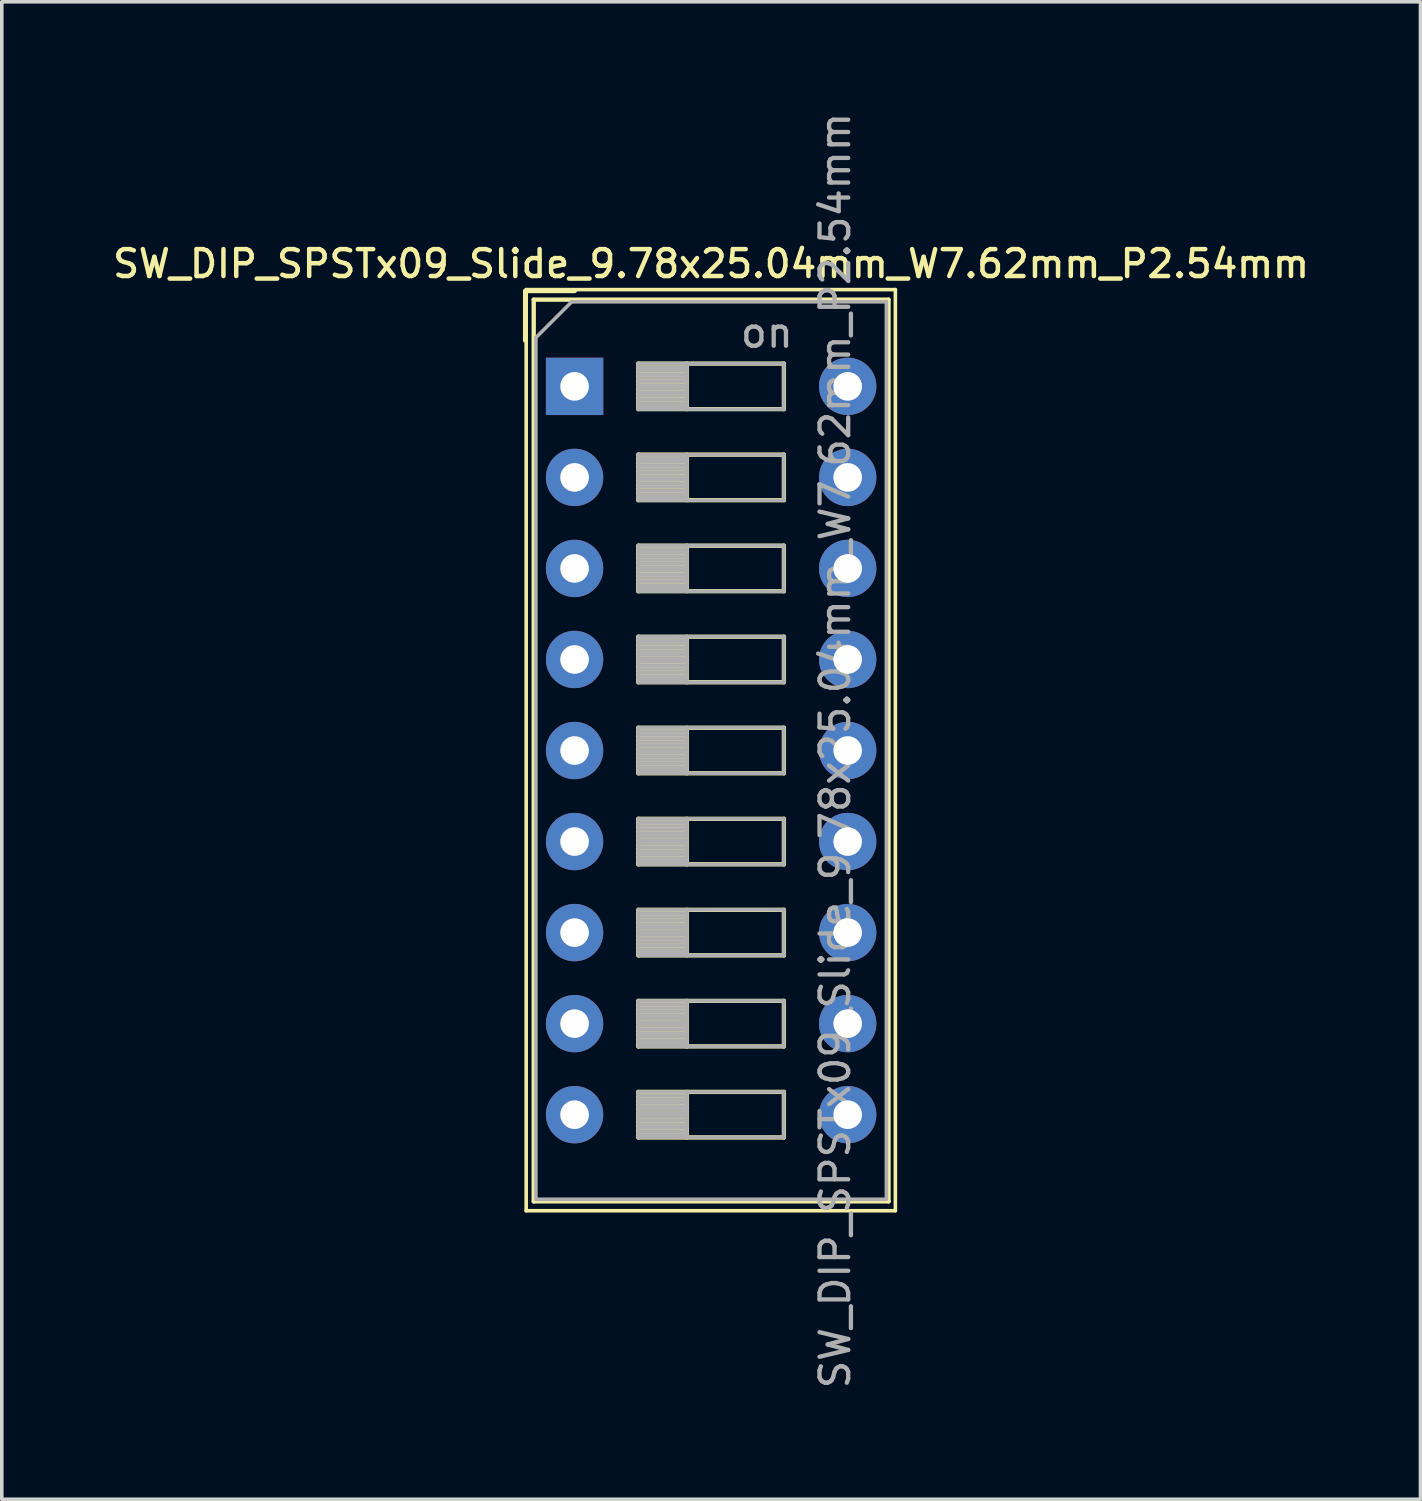
<source format=kicad_pcb>
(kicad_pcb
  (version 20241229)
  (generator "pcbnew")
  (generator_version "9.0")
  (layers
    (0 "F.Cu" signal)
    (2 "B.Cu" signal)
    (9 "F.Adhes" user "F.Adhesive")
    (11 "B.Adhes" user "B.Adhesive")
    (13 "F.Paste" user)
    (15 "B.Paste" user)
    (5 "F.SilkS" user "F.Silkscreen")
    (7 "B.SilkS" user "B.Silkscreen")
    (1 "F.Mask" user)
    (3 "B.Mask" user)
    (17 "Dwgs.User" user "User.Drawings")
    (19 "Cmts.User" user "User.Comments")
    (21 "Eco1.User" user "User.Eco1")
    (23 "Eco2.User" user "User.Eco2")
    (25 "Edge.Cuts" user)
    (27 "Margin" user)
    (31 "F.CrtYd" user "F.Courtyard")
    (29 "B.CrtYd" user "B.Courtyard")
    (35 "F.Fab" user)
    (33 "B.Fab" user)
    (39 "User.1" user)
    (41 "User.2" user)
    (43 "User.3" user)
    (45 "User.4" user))
  (footprint "SW_DIP_SPSTx09_Slide_9.78x25.04mm_W7.62mm_P2.54mm"
    (layer "F.Cu")
    (at 12.981 7.73)
    (property "Reference" "SW_DIP_SPSTx09_Slide_9.78x25.04mm_W7.62mm_P2.54mm" (at 3.81 -3.42 0) (layer "F.SilkS") (effects (font (size 0.75 0.75) (thickness 0.125))))
    (attr through_hole)
    (fp_line (start -1.38 -2.66) (end -1.38 -1.277) (stroke (width 0.12) (type solid)) (layer "F.SilkS"))
    (fp_line (start -1.38 -2.66) (end 0.004 -2.66) (stroke (width 0.12) (type solid)) (layer "F.SilkS"))
    (fp_line (start -1.35 -2.7) (end -1.35 23) (stroke (width 0.1) (type solid)) (layer "F.SilkS"))
    (fp_line (start -1.35 23) (end 8.95 23) (stroke (width 0.1) (type solid)) (layer "F.SilkS"))
    (fp_line (start -1.14 -2.42) (end -1.14 22.74) (stroke (width 0.12) (type solid)) (layer "F.SilkS"))
    (fp_line (start -1.14 -2.42) (end 8.76 -2.42) (stroke (width 0.12) (type solid)) (layer "F.SilkS"))
    (fp_line (start -1.14 22.74) (end 8.76 22.74) (stroke (width 0.12) (type solid)) (layer "F.SilkS"))
    (fp_line (start 1.78 -0.635) (end 1.78 0.635) (stroke (width 0.12) (type solid)) (layer "F.SilkS"))
    (fp_line (start 1.78 -0.515) (end 3.133 -0.515) (stroke (width 0.12) (type solid)) (layer "F.SilkS"))
    (fp_line (start 1.78 -0.395) (end 3.133 -0.395) (stroke (width 0.12) (type solid)) (layer "F.SilkS"))
    (fp_line (start 1.78 -0.275) (end 3.133 -0.275) (stroke (width 0.12) (type solid)) (layer "F.SilkS"))
    (fp_line (start 1.78 -0.155) (end 3.133 -0.155) (stroke (width 0.12) (type solid)) (layer "F.SilkS"))
    (fp_line (start 1.78 -0.035) (end 3.133 -0.035) (stroke (width 0.12) (type solid)) (layer "F.SilkS"))
    (fp_line (start 1.78 0.085) (end 3.133 0.085) (stroke (width 0.12) (type solid)) (layer "F.SilkS"))
    (fp_line (start 1.78 0.205) (end 3.133 0.205) (stroke (width 0.12) (type solid)) (layer "F.SilkS"))
    (fp_line (start 1.78 0.325) (end 3.133 0.325) (stroke (width 0.12) (type solid)) (layer "F.SilkS"))
    (fp_line (start 1.78 0.445) (end 3.133 0.445) (stroke (width 0.12) (type solid)) (layer "F.SilkS"))
    (fp_line (start 1.78 0.565) (end 3.133 0.565) (stroke (width 0.12) (type solid)) (layer "F.SilkS"))
    (fp_line (start 1.78 0.635) (end 5.84 0.635) (stroke (width 0.12) (type solid)) (layer "F.SilkS"))
    (fp_line (start 1.78 1.905) (end 1.78 3.175) (stroke (width 0.12) (type solid)) (layer "F.SilkS"))
    (fp_line (start 1.78 2.025) (end 3.133 2.025) (stroke (width 0.12) (type solid)) (layer "F.SilkS"))
    (fp_line (start 1.78 2.145) (end 3.133 2.145) (stroke (width 0.12) (type solid)) (layer "F.SilkS"))
    (fp_line (start 1.78 2.265) (end 3.133 2.265) (stroke (width 0.12) (type solid)) (layer "F.SilkS"))
    (fp_line (start 1.78 2.385) (end 3.133 2.385) (stroke (width 0.12) (type solid)) (layer "F.SilkS"))
    (fp_line (start 1.78 2.505) (end 3.133 2.505) (stroke (width 0.12) (type solid)) (layer "F.SilkS"))
    (fp_line (start 1.78 2.625) (end 3.133 2.625) (stroke (width 0.12) (type solid)) (layer "F.SilkS"))
    (fp_line (start 1.78 2.745) (end 3.133 2.745) (stroke (width 0.12) (type solid)) (layer "F.SilkS"))
    (fp_line (start 1.78 2.865) (end 3.133 2.865) (stroke (width 0.12) (type solid)) (layer "F.SilkS"))
    (fp_line (start 1.78 2.985) (end 3.133 2.985) (stroke (width 0.12) (type solid)) (layer "F.SilkS"))
    (fp_line (start 1.78 3.105) (end 3.133 3.105) (stroke (width 0.12) (type solid)) (layer "F.SilkS"))
    (fp_line (start 1.78 3.175) (end 5.84 3.175) (stroke (width 0.12) (type solid)) (layer "F.SilkS"))
    (fp_line (start 1.78 4.445) (end 1.78 5.715) (stroke (width 0.12) (type solid)) (layer "F.SilkS"))
    (fp_line (start 1.78 4.565) (end 3.133 4.565) (stroke (width 0.12) (type solid)) (layer "F.SilkS"))
    (fp_line (start 1.78 4.685) (end 3.133 4.685) (stroke (width 0.12) (type solid)) (layer "F.SilkS"))
    (fp_line (start 1.78 4.805) (end 3.133 4.805) (stroke (width 0.12) (type solid)) (layer "F.SilkS"))
    (fp_line (start 1.78 4.925) (end 3.133 4.925) (stroke (width 0.12) (type solid)) (layer "F.SilkS"))
    (fp_line (start 1.78 5.045) (end 3.133 5.045) (stroke (width 0.12) (type solid)) (layer "F.SilkS"))
    (fp_line (start 1.78 5.165) (end 3.133 5.165) (stroke (width 0.12) (type solid)) (layer "F.SilkS"))
    (fp_line (start 1.78 5.285) (end 3.133 5.285) (stroke (width 0.12) (type solid)) (layer "F.SilkS"))
    (fp_line (start 1.78 5.405) (end 3.133 5.405) (stroke (width 0.12) (type solid)) (layer "F.SilkS"))
    (fp_line (start 1.78 5.525) (end 3.133 5.525) (stroke (width 0.12) (type solid)) (layer "F.SilkS"))
    (fp_line (start 1.78 5.645) (end 3.133 5.645) (stroke (width 0.12) (type solid)) (layer "F.SilkS"))
    (fp_line (start 1.78 5.715) (end 5.84 5.715) (stroke (width 0.12) (type solid)) (layer "F.SilkS"))
    (fp_line (start 1.78 6.985) (end 1.78 8.255) (stroke (width 0.12) (type solid)) (layer "F.SilkS"))
    (fp_line (start 1.78 7.105) (end 3.133 7.105) (stroke (width 0.12) (type solid)) (layer "F.SilkS"))
    (fp_line (start 1.78 7.225) (end 3.133 7.225) (stroke (width 0.12) (type solid)) (layer "F.SilkS"))
    (fp_line (start 1.78 7.345) (end 3.133 7.345) (stroke (width 0.12) (type solid)) (layer "F.SilkS"))
    (fp_line (start 1.78 7.465) (end 3.133 7.465) (stroke (width 0.12) (type solid)) (layer "F.SilkS"))
    (fp_line (start 1.78 7.585) (end 3.133 7.585) (stroke (width 0.12) (type solid)) (layer "F.SilkS"))
    (fp_line (start 1.78 7.705) (end 3.133 7.705) (stroke (width 0.12) (type solid)) (layer "F.SilkS"))
    (fp_line (start 1.78 7.825) (end 3.133 7.825) (stroke (width 0.12) (type solid)) (layer "F.SilkS"))
    (fp_line (start 1.78 7.945) (end 3.133 7.945) (stroke (width 0.12) (type solid)) (layer "F.SilkS"))
    (fp_line (start 1.78 8.065) (end 3.133 8.065) (stroke (width 0.12) (type solid)) (layer "F.SilkS"))
    (fp_line (start 1.78 8.185) (end 3.133 8.185) (stroke (width 0.12) (type solid)) (layer "F.SilkS"))
    (fp_line (start 1.78 8.255) (end 5.84 8.255) (stroke (width 0.12) (type solid)) (layer "F.SilkS"))
    (fp_line (start 1.78 9.525) (end 1.78 10.795) (stroke (width 0.12) (type solid)) (layer "F.SilkS"))
    (fp_line (start 1.78 9.645) (end 3.133 9.645) (stroke (width 0.12) (type solid)) (layer "F.SilkS"))
    (fp_line (start 1.78 9.765) (end 3.133 9.765) (stroke (width 0.12) (type solid)) (layer "F.SilkS"))
    (fp_line (start 1.78 9.885) (end 3.133 9.885) (stroke (width 0.12) (type solid)) (layer "F.SilkS"))
    (fp_line (start 1.78 10.005) (end 3.133 10.005) (stroke (width 0.12) (type solid)) (layer "F.SilkS"))
    (fp_line (start 1.78 10.125) (end 3.133 10.125) (stroke (width 0.12) (type solid)) (layer "F.SilkS"))
    (fp_line (start 1.78 10.245) (end 3.133 10.245) (stroke (width 0.12) (type solid)) (layer "F.SilkS"))
    (fp_line (start 1.78 10.365) (end 3.133 10.365) (stroke (width 0.12) (type solid)) (layer "F.SilkS"))
    (fp_line (start 1.78 10.485) (end 3.133 10.485) (stroke (width 0.12) (type solid)) (layer "F.SilkS"))
    (fp_line (start 1.78 10.605) (end 3.133 10.605) (stroke (width 0.12) (type solid)) (layer "F.SilkS"))
    (fp_line (start 1.78 10.725) (end 3.133 10.725) (stroke (width 0.12) (type solid)) (layer "F.SilkS"))
    (fp_line (start 1.78 10.795) (end 5.84 10.795) (stroke (width 0.12) (type solid)) (layer "F.SilkS"))
    (fp_line (start 1.78 12.065) (end 1.78 13.335) (stroke (width 0.12) (type solid)) (layer "F.SilkS"))
    (fp_line (start 1.78 12.185) (end 3.133 12.185) (stroke (width 0.12) (type solid)) (layer "F.SilkS"))
    (fp_line (start 1.78 12.305) (end 3.133 12.305) (stroke (width 0.12) (type solid)) (layer "F.SilkS"))
    (fp_line (start 1.78 12.425) (end 3.133 12.425) (stroke (width 0.12) (type solid)) (layer "F.SilkS"))
    (fp_line (start 1.78 12.545) (end 3.133 12.545) (stroke (width 0.12) (type solid)) (layer "F.SilkS"))
    (fp_line (start 1.78 12.665) (end 3.133 12.665) (stroke (width 0.12) (type solid)) (layer "F.SilkS"))
    (fp_line (start 1.78 12.785) (end 3.133 12.785) (stroke (width 0.12) (type solid)) (layer "F.SilkS"))
    (fp_line (start 1.78 12.905) (end 3.133 12.905) (stroke (width 0.12) (type solid)) (layer "F.SilkS"))
    (fp_line (start 1.78 13.025) (end 3.133 13.025) (stroke (width 0.12) (type solid)) (layer "F.SilkS"))
    (fp_line (start 1.78 13.145) (end 3.133 13.145) (stroke (width 0.12) (type solid)) (layer "F.SilkS"))
    (fp_line (start 1.78 13.265) (end 3.133 13.265) (stroke (width 0.12) (type solid)) (layer "F.SilkS"))
    (fp_line (start 1.78 13.335) (end 5.84 13.335) (stroke (width 0.12) (type solid)) (layer "F.SilkS"))
    (fp_line (start 1.78 14.605) (end 1.78 15.875) (stroke (width 0.12) (type solid)) (layer "F.SilkS"))
    (fp_line (start 1.78 14.725) (end 3.133 14.725) (stroke (width 0.12) (type solid)) (layer "F.SilkS"))
    (fp_line (start 1.78 14.845) (end 3.133 14.845) (stroke (width 0.12) (type solid)) (layer "F.SilkS"))
    (fp_line (start 1.78 14.965) (end 3.133 14.965) (stroke (width 0.12) (type solid)) (layer "F.SilkS"))
    (fp_line (start 1.78 15.085) (end 3.133 15.085) (stroke (width 0.12) (type solid)) (layer "F.SilkS"))
    (fp_line (start 1.78 15.205) (end 3.133 15.205) (stroke (width 0.12) (type solid)) (layer "F.SilkS"))
    (fp_line (start 1.78 15.325) (end 3.133 15.325) (stroke (width 0.12) (type solid)) (layer "F.SilkS"))
    (fp_line (start 1.78 15.445) (end 3.133 15.445) (stroke (width 0.12) (type solid)) (layer "F.SilkS"))
    (fp_line (start 1.78 15.565) (end 3.133 15.565) (stroke (width 0.12) (type solid)) (layer "F.SilkS"))
    (fp_line (start 1.78 15.685) (end 3.133 15.685) (stroke (width 0.12) (type solid)) (layer "F.SilkS"))
    (fp_line (start 1.78 15.805) (end 3.133 15.805) (stroke (width 0.12) (type solid)) (layer "F.SilkS"))
    (fp_line (start 1.78 15.875) (end 5.84 15.875) (stroke (width 0.12) (type solid)) (layer "F.SilkS"))
    (fp_line (start 1.78 17.145) (end 1.78 18.415) (stroke (width 0.12) (type solid)) (layer "F.SilkS"))
    (fp_line (start 1.78 17.265) (end 3.133 17.265) (stroke (width 0.12) (type solid)) (layer "F.SilkS"))
    (fp_line (start 1.78 17.385) (end 3.133 17.385) (stroke (width 0.12) (type solid)) (layer "F.SilkS"))
    (fp_line (start 1.78 17.505) (end 3.133 17.505) (stroke (width 0.12) (type solid)) (layer "F.SilkS"))
    (fp_line (start 1.78 17.625) (end 3.133 17.625) (stroke (width 0.12) (type solid)) (layer "F.SilkS"))
    (fp_line (start 1.78 17.745) (end 3.133 17.745) (stroke (width 0.12) (type solid)) (layer "F.SilkS"))
    (fp_line (start 1.78 17.865) (end 3.133 17.865) (stroke (width 0.12) (type solid)) (layer "F.SilkS"))
    (fp_line (start 1.78 17.985) (end 3.133 17.985) (stroke (width 0.12) (type solid)) (layer "F.SilkS"))
    (fp_line (start 1.78 18.105) (end 3.133 18.105) (stroke (width 0.12) (type solid)) (layer "F.SilkS"))
    (fp_line (start 1.78 18.225) (end 3.133 18.225) (stroke (width 0.12) (type solid)) (layer "F.SilkS"))
    (fp_line (start 1.78 18.345) (end 3.133 18.345) (stroke (width 0.12) (type solid)) (layer "F.SilkS"))
    (fp_line (start 1.78 18.415) (end 5.84 18.415) (stroke (width 0.12) (type solid)) (layer "F.SilkS"))
    (fp_line (start 1.78 19.685) (end 1.78 20.955) (stroke (width 0.12) (type solid)) (layer "F.SilkS"))
    (fp_line (start 1.78 19.805) (end 3.133 19.805) (stroke (width 0.12) (type solid)) (layer "F.SilkS"))
    (fp_line (start 1.78 19.925) (end 3.133 19.925) (stroke (width 0.12) (type solid)) (layer "F.SilkS"))
    (fp_line (start 1.78 20.045) (end 3.133 20.045) (stroke (width 0.12) (type solid)) (layer "F.SilkS"))
    (fp_line (start 1.78 20.165) (end 3.133 20.165) (stroke (width 0.12) (type solid)) (layer "F.SilkS"))
    (fp_line (start 1.78 20.285) (end 3.133 20.285) (stroke (width 0.12) (type solid)) (layer "F.SilkS"))
    (fp_line (start 1.78 20.405) (end 3.133 20.405) (stroke (width 0.12) (type solid)) (layer "F.SilkS"))
    (fp_line (start 1.78 20.525) (end 3.133 20.525) (stroke (width 0.12) (type solid)) (layer "F.SilkS"))
    (fp_line (start 1.78 20.645) (end 3.133 20.645) (stroke (width 0.12) (type solid)) (layer "F.SilkS"))
    (fp_line (start 1.78 20.765) (end 3.133 20.765) (stroke (width 0.12) (type solid)) (layer "F.SilkS"))
    (fp_line (start 1.78 20.885) (end 3.133 20.885) (stroke (width 0.12) (type solid)) (layer "F.SilkS"))
    (fp_line (start 1.78 20.955) (end 5.84 20.955) (stroke (width 0.12) (type solid)) (layer "F.SilkS"))
    (fp_line (start 3.133 -0.635) (end 3.133 0.635) (stroke (width 0.12) (type solid)) (layer "F.SilkS"))
    (fp_line (start 3.133 1.905) (end 3.133 3.175) (stroke (width 0.12) (type solid)) (layer "F.SilkS"))
    (fp_line (start 3.133 4.445) (end 3.133 5.715) (stroke (width 0.12) (type solid)) (layer "F.SilkS"))
    (fp_line (start 3.133 6.985) (end 3.133 8.255) (stroke (width 0.12) (type solid)) (layer "F.SilkS"))
    (fp_line (start 3.133 9.525) (end 3.133 10.795) (stroke (width 0.12) (type solid)) (layer "F.SilkS"))
    (fp_line (start 3.133 12.065) (end 3.133 13.335) (stroke (width 0.12) (type solid)) (layer "F.SilkS"))
    (fp_line (start 3.133 14.605) (end 3.133 15.875) (stroke (width 0.12) (type solid)) (layer "F.SilkS"))
    (fp_line (start 3.133 17.145) (end 3.133 18.415) (stroke (width 0.12) (type solid)) (layer "F.SilkS"))
    (fp_line (start 3.133 19.685) (end 3.133 20.955) (stroke (width 0.12) (type solid)) (layer "F.SilkS"))
    (fp_line (start 5.84 -0.635) (end 1.78 -0.635) (stroke (width 0.12) (type solid)) (layer "F.SilkS"))
    (fp_line (start 5.84 0.635) (end 5.84 -0.635) (stroke (width 0.12) (type solid)) (layer "F.SilkS"))
    (fp_line (start 5.84 1.905) (end 1.78 1.905) (stroke (width 0.12) (type solid)) (layer "F.SilkS"))
    (fp_line (start 5.84 3.175) (end 5.84 1.905) (stroke (width 0.12) (type solid)) (layer "F.SilkS"))
    (fp_line (start 5.84 4.445) (end 1.78 4.445) (stroke (width 0.12) (type solid)) (layer "F.SilkS"))
    (fp_line (start 5.84 5.715) (end 5.84 4.445) (stroke (width 0.12) (type solid)) (layer "F.SilkS"))
    (fp_line (start 5.84 6.985) (end 1.78 6.985) (stroke (width 0.12) (type solid)) (layer "F.SilkS"))
    (fp_line (start 5.84 8.255) (end 5.84 6.985) (stroke (width 0.12) (type solid)) (layer "F.SilkS"))
    (fp_line (start 5.84 9.525) (end 1.78 9.525) (stroke (width 0.12) (type solid)) (layer "F.SilkS"))
    (fp_line (start 5.84 10.795) (end 5.84 9.525) (stroke (width 0.12) (type solid)) (layer "F.SilkS"))
    (fp_line (start 5.84 12.065) (end 1.78 12.065) (stroke (width 0.12) (type solid)) (layer "F.SilkS"))
    (fp_line (start 5.84 13.335) (end 5.84 12.065) (stroke (width 0.12) (type solid)) (layer "F.SilkS"))
    (fp_line (start 5.84 14.605) (end 1.78 14.605) (stroke (width 0.12) (type solid)) (layer "F.SilkS"))
    (fp_line (start 5.84 15.875) (end 5.84 14.605) (stroke (width 0.12) (type solid)) (layer "F.SilkS"))
    (fp_line (start 5.84 17.145) (end 1.78 17.145) (stroke (width 0.12) (type solid)) (layer "F.SilkS"))
    (fp_line (start 5.84 18.415) (end 5.84 17.145) (stroke (width 0.12) (type solid)) (layer "F.SilkS"))
    (fp_line (start 5.84 19.685) (end 1.78 19.685) (stroke (width 0.12) (type solid)) (layer "F.SilkS"))
    (fp_line (start 5.84 20.955) (end 5.84 19.685) (stroke (width 0.12) (type solid)) (layer "F.SilkS"))
    (fp_line (start 8.76 -2.42) (end 8.76 22.74) (stroke (width 0.12) (type solid)) (layer "F.SilkS"))
    (fp_line (start 8.95 -2.7) (end -1.35 -2.7) (stroke (width 0.1) (type solid)) (layer "F.SilkS"))
    (fp_line (start 8.95 23) (end 8.95 -2.7) (stroke (width 0.1) (type solid)) (layer "F.SilkS"))
    (fp_line (start -1.08 -1.36) (end -0.08 -2.36) (stroke (width 0.1) (type solid)) (layer "F.Fab"))
    (fp_line (start -1.08 22.68) (end -1.08 -1.36) (stroke (width 0.1) (type solid)) (layer "F.Fab"))
    (fp_line (start -0.08 -2.36) (end 8.7 -2.36) (stroke (width 0.1) (type solid)) (layer "F.Fab"))
    (fp_line (start 1.78 -0.635) (end 1.78 0.635) (stroke (width 0.1) (type solid)) (layer "F.Fab"))
    (fp_line (start 1.78 -0.535) (end 3.133 -0.535) (stroke (width 0.1) (type solid)) (layer "F.Fab"))
    (fp_line (start 1.78 -0.435) (end 3.133 -0.435) (stroke (width 0.1) (type solid)) (layer "F.Fab"))
    (fp_line (start 1.78 -0.335) (end 3.133 -0.335) (stroke (width 0.1) (type solid)) (layer "F.Fab"))
    (fp_line (start 1.78 -0.235) (end 3.133 -0.235) (stroke (width 0.1) (type solid)) (layer "F.Fab"))
    (fp_line (start 1.78 -0.135) (end 3.133 -0.135) (stroke (width 0.1) (type solid)) (layer "F.Fab"))
    (fp_line (start 1.78 -0.035) (end 3.133 -0.035) (stroke (width 0.1) (type solid)) (layer "F.Fab"))
    (fp_line (start 1.78 0.065) (end 3.133 0.065) (stroke (width 0.1) (type solid)) (layer "F.Fab"))
    (fp_line (start 1.78 0.165) (end 3.133 0.165) (stroke (width 0.1) (type solid)) (layer "F.Fab"))
    (fp_line (start 1.78 0.265) (end 3.133 0.265) (stroke (width 0.1) (type solid)) (layer "F.Fab"))
    (fp_line (start 1.78 0.365) (end 3.133 0.365) (stroke (width 0.1) (type solid)) (layer "F.Fab"))
    (fp_line (start 1.78 0.465) (end 3.133 0.465) (stroke (width 0.1) (type solid)) (layer "F.Fab"))
    (fp_line (start 1.78 0.565) (end 3.133 0.565) (stroke (width 0.1) (type solid)) (layer "F.Fab"))
    (fp_line (start 1.78 0.635) (end 5.84 0.635) (stroke (width 0.1) (type solid)) (layer "F.Fab"))
    (fp_line (start 1.78 1.905) (end 1.78 3.175) (stroke (width 0.1) (type solid)) (layer "F.Fab"))
    (fp_line (start 1.78 2.005) (end 3.133 2.005) (stroke (width 0.1) (type solid)) (layer "F.Fab"))
    (fp_line (start 1.78 2.105) (end 3.133 2.105) (stroke (width 0.1) (type solid)) (layer "F.Fab"))
    (fp_line (start 1.78 2.205) (end 3.133 2.205) (stroke (width 0.1) (type solid)) (layer "F.Fab"))
    (fp_line (start 1.78 2.305) (end 3.133 2.305) (stroke (width 0.1) (type solid)) (layer "F.Fab"))
    (fp_line (start 1.78 2.405) (end 3.133 2.405) (stroke (width 0.1) (type solid)) (layer "F.Fab"))
    (fp_line (start 1.78 2.505) (end 3.133 2.505) (stroke (width 0.1) (type solid)) (layer "F.Fab"))
    (fp_line (start 1.78 2.605) (end 3.133 2.605) (stroke (width 0.1) (type solid)) (layer "F.Fab"))
    (fp_line (start 1.78 2.705) (end 3.133 2.705) (stroke (width 0.1) (type solid)) (layer "F.Fab"))
    (fp_line (start 1.78 2.805) (end 3.133 2.805) (stroke (width 0.1) (type solid)) (layer "F.Fab"))
    (fp_line (start 1.78 2.905) (end 3.133 2.905) (stroke (width 0.1) (type solid)) (layer "F.Fab"))
    (fp_line (start 1.78 3.005) (end 3.133 3.005) (stroke (width 0.1) (type solid)) (layer "F.Fab"))
    (fp_line (start 1.78 3.105) (end 3.133 3.105) (stroke (width 0.1) (type solid)) (layer "F.Fab"))
    (fp_line (start 1.78 3.175) (end 5.84 3.175) (stroke (width 0.1) (type solid)) (layer "F.Fab"))
    (fp_line (start 1.78 4.445) (end 1.78 5.715) (stroke (width 0.1) (type solid)) (layer "F.Fab"))
    (fp_line (start 1.78 4.545) (end 3.133 4.545) (stroke (width 0.1) (type solid)) (layer "F.Fab"))
    (fp_line (start 1.78 4.645) (end 3.133 4.645) (stroke (width 0.1) (type solid)) (layer "F.Fab"))
    (fp_line (start 1.78 4.745) (end 3.133 4.745) (stroke (width 0.1) (type solid)) (layer "F.Fab"))
    (fp_line (start 1.78 4.845) (end 3.133 4.845) (stroke (width 0.1) (type solid)) (layer "F.Fab"))
    (fp_line (start 1.78 4.945) (end 3.133 4.945) (stroke (width 0.1) (type solid)) (layer "F.Fab"))
    (fp_line (start 1.78 5.045) (end 3.133 5.045) (stroke (width 0.1) (type solid)) (layer "F.Fab"))
    (fp_line (start 1.78 5.145) (end 3.133 5.145) (stroke (width 0.1) (type solid)) (layer "F.Fab"))
    (fp_line (start 1.78 5.245) (end 3.133 5.245) (stroke (width 0.1) (type solid)) (layer "F.Fab"))
    (fp_line (start 1.78 5.345) (end 3.133 5.345) (stroke (width 0.1) (type solid)) (layer "F.Fab"))
    (fp_line (start 1.78 5.445) (end 3.133 5.445) (stroke (width 0.1) (type solid)) (layer "F.Fab"))
    (fp_line (start 1.78 5.545) (end 3.133 5.545) (stroke (width 0.1) (type solid)) (layer "F.Fab"))
    (fp_line (start 1.78 5.645) (end 3.133 5.645) (stroke (width 0.1) (type solid)) (layer "F.Fab"))
    (fp_line (start 1.78 5.715) (end 5.84 5.715) (stroke (width 0.1) (type solid)) (layer "F.Fab"))
    (fp_line (start 1.78 6.985) (end 1.78 8.255) (stroke (width 0.1) (type solid)) (layer "F.Fab"))
    (fp_line (start 1.78 7.085) (end 3.133 7.085) (stroke (width 0.1) (type solid)) (layer "F.Fab"))
    (fp_line (start 1.78 7.185) (end 3.133 7.185) (stroke (width 0.1) (type solid)) (layer "F.Fab"))
    (fp_line (start 1.78 7.285) (end 3.133 7.285) (stroke (width 0.1) (type solid)) (layer "F.Fab"))
    (fp_line (start 1.78 7.385) (end 3.133 7.385) (stroke (width 0.1) (type solid)) (layer "F.Fab"))
    (fp_line (start 1.78 7.485) (end 3.133 7.485) (stroke (width 0.1) (type solid)) (layer "F.Fab"))
    (fp_line (start 1.78 7.585) (end 3.133 7.585) (stroke (width 0.1) (type solid)) (layer "F.Fab"))
    (fp_line (start 1.78 7.685) (end 3.133 7.685) (stroke (width 0.1) (type solid)) (layer "F.Fab"))
    (fp_line (start 1.78 7.785) (end 3.133 7.785) (stroke (width 0.1) (type solid)) (layer "F.Fab"))
    (fp_line (start 1.78 7.885) (end 3.133 7.885) (stroke (width 0.1) (type solid)) (layer "F.Fab"))
    (fp_line (start 1.78 7.985) (end 3.133 7.985) (stroke (width 0.1) (type solid)) (layer "F.Fab"))
    (fp_line (start 1.78 8.085) (end 3.133 8.085) (stroke (width 0.1) (type solid)) (layer "F.Fab"))
    (fp_line (start 1.78 8.185) (end 3.133 8.185) (stroke (width 0.1) (type solid)) (layer "F.Fab"))
    (fp_line (start 1.78 8.255) (end 5.84 8.255) (stroke (width 0.1) (type solid)) (layer "F.Fab"))
    (fp_line (start 1.78 9.525) (end 1.78 10.795) (stroke (width 0.1) (type solid)) (layer "F.Fab"))
    (fp_line (start 1.78 9.625) (end 3.133 9.625) (stroke (width 0.1) (type solid)) (layer "F.Fab"))
    (fp_line (start 1.78 9.725) (end 3.133 9.725) (stroke (width 0.1) (type solid)) (layer "F.Fab"))
    (fp_line (start 1.78 9.825) (end 3.133 9.825) (stroke (width 0.1) (type solid)) (layer "F.Fab"))
    (fp_line (start 1.78 9.925) (end 3.133 9.925) (stroke (width 0.1) (type solid)) (layer "F.Fab"))
    (fp_line (start 1.78 10.025) (end 3.133 10.025) (stroke (width 0.1) (type solid)) (layer "F.Fab"))
    (fp_line (start 1.78 10.125) (end 3.133 10.125) (stroke (width 0.1) (type solid)) (layer "F.Fab"))
    (fp_line (start 1.78 10.225) (end 3.133 10.225) (stroke (width 0.1) (type solid)) (layer "F.Fab"))
    (fp_line (start 1.78 10.325) (end 3.133 10.325) (stroke (width 0.1) (type solid)) (layer "F.Fab"))
    (fp_line (start 1.78 10.425) (end 3.133 10.425) (stroke (width 0.1) (type solid)) (layer "F.Fab"))
    (fp_line (start 1.78 10.525) (end 3.133 10.525) (stroke (width 0.1) (type solid)) (layer "F.Fab"))
    (fp_line (start 1.78 10.625) (end 3.133 10.625) (stroke (width 0.1) (type solid)) (layer "F.Fab"))
    (fp_line (start 1.78 10.725) (end 3.133 10.725) (stroke (width 0.1) (type solid)) (layer "F.Fab"))
    (fp_line (start 1.78 10.795) (end 5.84 10.795) (stroke (width 0.1) (type solid)) (layer "F.Fab"))
    (fp_line (start 1.78 12.065) (end 1.78 13.335) (stroke (width 0.1) (type solid)) (layer "F.Fab"))
    (fp_line (start 1.78 12.165) (end 3.133 12.165) (stroke (width 0.1) (type solid)) (layer "F.Fab"))
    (fp_line (start 1.78 12.265) (end 3.133 12.265) (stroke (width 0.1) (type solid)) (layer "F.Fab"))
    (fp_line (start 1.78 12.365) (end 3.133 12.365) (stroke (width 0.1) (type solid)) (layer "F.Fab"))
    (fp_line (start 1.78 12.465) (end 3.133 12.465) (stroke (width 0.1) (type solid)) (layer "F.Fab"))
    (fp_line (start 1.78 12.565) (end 3.133 12.565) (stroke (width 0.1) (type solid)) (layer "F.Fab"))
    (fp_line (start 1.78 12.665) (end 3.133 12.665) (stroke (width 0.1) (type solid)) (layer "F.Fab"))
    (fp_line (start 1.78 12.765) (end 3.133 12.765) (stroke (width 0.1) (type solid)) (layer "F.Fab"))
    (fp_line (start 1.78 12.865) (end 3.133 12.865) (stroke (width 0.1) (type solid)) (layer "F.Fab"))
    (fp_line (start 1.78 12.965) (end 3.133 12.965) (stroke (width 0.1) (type solid)) (layer "F.Fab"))
    (fp_line (start 1.78 13.065) (end 3.133 13.065) (stroke (width 0.1) (type solid)) (layer "F.Fab"))
    (fp_line (start 1.78 13.165) (end 3.133 13.165) (stroke (width 0.1) (type solid)) (layer "F.Fab"))
    (fp_line (start 1.78 13.265) (end 3.133 13.265) (stroke (width 0.1) (type solid)) (layer "F.Fab"))
    (fp_line (start 1.78 13.335) (end 5.84 13.335) (stroke (width 0.1) (type solid)) (layer "F.Fab"))
    (fp_line (start 1.78 14.605) (end 1.78 15.875) (stroke (width 0.1) (type solid)) (layer "F.Fab"))
    (fp_line (start 1.78 14.705) (end 3.133 14.705) (stroke (width 0.1) (type solid)) (layer "F.Fab"))
    (fp_line (start 1.78 14.805) (end 3.133 14.805) (stroke (width 0.1) (type solid)) (layer "F.Fab"))
    (fp_line (start 1.78 14.905) (end 3.133 14.905) (stroke (width 0.1) (type solid)) (layer "F.Fab"))
    (fp_line (start 1.78 15.005) (end 3.133 15.005) (stroke (width 0.1) (type solid)) (layer "F.Fab"))
    (fp_line (start 1.78 15.105) (end 3.133 15.105) (stroke (width 0.1) (type solid)) (layer "F.Fab"))
    (fp_line (start 1.78 15.205) (end 3.133 15.205) (stroke (width 0.1) (type solid)) (layer "F.Fab"))
    (fp_line (start 1.78 15.305) (end 3.133 15.305) (stroke (width 0.1) (type solid)) (layer "F.Fab"))
    (fp_line (start 1.78 15.405) (end 3.133 15.405) (stroke (width 0.1) (type solid)) (layer "F.Fab"))
    (fp_line (start 1.78 15.505) (end 3.133 15.505) (stroke (width 0.1) (type solid)) (layer "F.Fab"))
    (fp_line (start 1.78 15.605) (end 3.133 15.605) (stroke (width 0.1) (type solid)) (layer "F.Fab"))
    (fp_line (start 1.78 15.705) (end 3.133 15.705) (stroke (width 0.1) (type solid)) (layer "F.Fab"))
    (fp_line (start 1.78 15.805) (end 3.133 15.805) (stroke (width 0.1) (type solid)) (layer "F.Fab"))
    (fp_line (start 1.78 15.875) (end 5.84 15.875) (stroke (width 0.1) (type solid)) (layer "F.Fab"))
    (fp_line (start 1.78 17.145) (end 1.78 18.415) (stroke (width 0.1) (type solid)) (layer "F.Fab"))
    (fp_line (start 1.78 17.245) (end 3.133 17.245) (stroke (width 0.1) (type solid)) (layer "F.Fab"))
    (fp_line (start 1.78 17.345) (end 3.133 17.345) (stroke (width 0.1) (type solid)) (layer "F.Fab"))
    (fp_line (start 1.78 17.445) (end 3.133 17.445) (stroke (width 0.1) (type solid)) (layer "F.Fab"))
    (fp_line (start 1.78 17.545) (end 3.133 17.545) (stroke (width 0.1) (type solid)) (layer "F.Fab"))
    (fp_line (start 1.78 17.645) (end 3.133 17.645) (stroke (width 0.1) (type solid)) (layer "F.Fab"))
    (fp_line (start 1.78 17.745) (end 3.133 17.745) (stroke (width 0.1) (type solid)) (layer "F.Fab"))
    (fp_line (start 1.78 17.845) (end 3.133 17.845) (stroke (width 0.1) (type solid)) (layer "F.Fab"))
    (fp_line (start 1.78 17.945) (end 3.133 17.945) (stroke (width 0.1) (type solid)) (layer "F.Fab"))
    (fp_line (start 1.78 18.045) (end 3.133 18.045) (stroke (width 0.1) (type solid)) (layer "F.Fab"))
    (fp_line (start 1.78 18.145) (end 3.133 18.145) (stroke (width 0.1) (type solid)) (layer "F.Fab"))
    (fp_line (start 1.78 18.245) (end 3.133 18.245) (stroke (width 0.1) (type solid)) (layer "F.Fab"))
    (fp_line (start 1.78 18.345) (end 3.133 18.345) (stroke (width 0.1) (type solid)) (layer "F.Fab"))
    (fp_line (start 1.78 18.415) (end 5.84 18.415) (stroke (width 0.1) (type solid)) (layer "F.Fab"))
    (fp_line (start 1.78 19.685) (end 1.78 20.955) (stroke (width 0.1) (type solid)) (layer "F.Fab"))
    (fp_line (start 1.78 19.785) (end 3.133 19.785) (stroke (width 0.1) (type solid)) (layer "F.Fab"))
    (fp_line (start 1.78 19.885) (end 3.133 19.885) (stroke (width 0.1) (type solid)) (layer "F.Fab"))
    (fp_line (start 1.78 19.985) (end 3.133 19.985) (stroke (width 0.1) (type solid)) (layer "F.Fab"))
    (fp_line (start 1.78 20.085) (end 3.133 20.085) (stroke (width 0.1) (type solid)) (layer "F.Fab"))
    (fp_line (start 1.78 20.185) (end 3.133 20.185) (stroke (width 0.1) (type solid)) (layer "F.Fab"))
    (fp_line (start 1.78 20.285) (end 3.133 20.285) (stroke (width 0.1) (type solid)) (layer "F.Fab"))
    (fp_line (start 1.78 20.385) (end 3.133 20.385) (stroke (width 0.1) (type solid)) (layer "F.Fab"))
    (fp_line (start 1.78 20.485) (end 3.133 20.485) (stroke (width 0.1) (type solid)) (layer "F.Fab"))
    (fp_line (start 1.78 20.585) (end 3.133 20.585) (stroke (width 0.1) (type solid)) (layer "F.Fab"))
    (fp_line (start 1.78 20.685) (end 3.133 20.685) (stroke (width 0.1) (type solid)) (layer "F.Fab"))
    (fp_line (start 1.78 20.785) (end 3.133 20.785) (stroke (width 0.1) (type solid)) (layer "F.Fab"))
    (fp_line (start 1.78 20.885) (end 3.133 20.885) (stroke (width 0.1) (type solid)) (layer "F.Fab"))
    (fp_line (start 1.78 20.955) (end 5.84 20.955) (stroke (width 0.1) (type solid)) (layer "F.Fab"))
    (fp_line (start 3.133 -0.635) (end 3.133 0.635) (stroke (width 0.1) (type solid)) (layer "F.Fab"))
    (fp_line (start 3.133 1.905) (end 3.133 3.175) (stroke (width 0.1) (type solid)) (layer "F.Fab"))
    (fp_line (start 3.133 4.445) (end 3.133 5.715) (stroke (width 0.1) (type solid)) (layer "F.Fab"))
    (fp_line (start 3.133 6.985) (end 3.133 8.255) (stroke (width 0.1) (type solid)) (layer "F.Fab"))
    (fp_line (start 3.133 9.525) (end 3.133 10.795) (stroke (width 0.1) (type solid)) (layer "F.Fab"))
    (fp_line (start 3.133 12.065) (end 3.133 13.335) (stroke (width 0.1) (type solid)) (layer "F.Fab"))
    (fp_line (start 3.133 14.605) (end 3.133 15.875) (stroke (width 0.1) (type solid)) (layer "F.Fab"))
    (fp_line (start 3.133 17.145) (end 3.133 18.415) (stroke (width 0.1) (type solid)) (layer "F.Fab"))
    (fp_line (start 3.133 19.685) (end 3.133 20.955) (stroke (width 0.1) (type solid)) (layer "F.Fab"))
    (fp_line (start 5.84 -0.635) (end 1.78 -0.635) (stroke (width 0.1) (type solid)) (layer "F.Fab"))
    (fp_line (start 5.84 0.635) (end 5.84 -0.635) (stroke (width 0.1) (type solid)) (layer "F.Fab"))
    (fp_line (start 5.84 1.905) (end 1.78 1.905) (stroke (width 0.1) (type solid)) (layer "F.Fab"))
    (fp_line (start 5.84 3.175) (end 5.84 1.905) (stroke (width 0.1) (type solid)) (layer "F.Fab"))
    (fp_line (start 5.84 4.445) (end 1.78 4.445) (stroke (width 0.1) (type solid)) (layer "F.Fab"))
    (fp_line (start 5.84 5.715) (end 5.84 4.445) (stroke (width 0.1) (type solid)) (layer "F.Fab"))
    (fp_line (start 5.84 6.985) (end 1.78 6.985) (stroke (width 0.1) (type solid)) (layer "F.Fab"))
    (fp_line (start 5.84 8.255) (end 5.84 6.985) (stroke (width 0.1) (type solid)) (layer "F.Fab"))
    (fp_line (start 5.84 9.525) (end 1.78 9.525) (stroke (width 0.1) (type solid)) (layer "F.Fab"))
    (fp_line (start 5.84 10.795) (end 5.84 9.525) (stroke (width 0.1) (type solid)) (layer "F.Fab"))
    (fp_line (start 5.84 12.065) (end 1.78 12.065) (stroke (width 0.1) (type solid)) (layer "F.Fab"))
    (fp_line (start 5.84 13.335) (end 5.84 12.065) (stroke (width 0.1) (type solid)) (layer "F.Fab"))
    (fp_line (start 5.84 14.605) (end 1.78 14.605) (stroke (width 0.1) (type solid)) (layer "F.Fab"))
    (fp_line (start 5.84 15.875) (end 5.84 14.605) (stroke (width 0.1) (type solid)) (layer "F.Fab"))
    (fp_line (start 5.84 17.145) (end 1.78 17.145) (stroke (width 0.1) (type solid)) (layer "F.Fab"))
    (fp_line (start 5.84 18.415) (end 5.84 17.145) (stroke (width 0.1) (type solid)) (layer "F.Fab"))
    (fp_line (start 5.84 19.685) (end 1.78 19.685) (stroke (width 0.1) (type solid)) (layer "F.Fab"))
    (fp_line (start 5.84 20.955) (end 5.84 19.685) (stroke (width 0.1) (type solid)) (layer "F.Fab"))
    (fp_line (start 8.7 -2.36) (end 8.7 22.68) (stroke (width 0.1) (type solid)) (layer "F.Fab"))
    (fp_line (start 8.7 22.68) (end -1.08 22.68) (stroke (width 0.1) (type solid)) (layer "F.Fab"))
    (fp_text user "on" (at 5.365 -1.498 0) (layer "F.Fab") (effects (font (size 0.8 0.8) (thickness 0.12))))
    (fp_text user "${REFERENCE}" (at 7.27 10.16 90) (layer "F.Fab") (effects (font (size 0.8 0.8) (thickness 0.12))))
    (pad "1" thru_hole rect (at 0 0) (size 1.6 1.6) (drill 0.8) (layers "*.Cu" "*.Mask"))
    (pad "2" thru_hole oval (at 0 2.54) (size 1.6 1.6) (drill 0.8) (layers "*.Cu" "*.Mask"))
    (pad "3" thru_hole oval (at 0 5.08) (size 1.6 1.6) (drill 0.8) (layers "*.Cu" "*.Mask"))
    (pad "4" thru_hole oval (at 0 7.62) (size 1.6 1.6) (drill 0.8) (layers "*.Cu" "*.Mask"))
    (pad "5" thru_hole oval (at 0 10.16) (size 1.6 1.6) (drill 0.8) (layers "*.Cu" "*.Mask"))
    (pad "6" thru_hole oval (at 0 12.7) (size 1.6 1.6) (drill 0.8) (layers "*.Cu" "*.Mask"))
    (pad "7" thru_hole oval (at 0 15.24) (size 1.6 1.6) (drill 0.8) (layers "*.Cu" "*.Mask"))
    (pad "8" thru_hole oval (at 0 17.78) (size 1.6 1.6) (drill 0.8) (layers "*.Cu" "*.Mask"))
    (pad "9" thru_hole oval (at 0 20.32) (size 1.6 1.6) (drill 0.8) (layers "*.Cu" "*.Mask"))
    (pad "10" thru_hole oval (at 7.62 20.32) (size 1.6 1.6) (drill 0.8) (layers "*.Cu" "*.Mask"))
    (pad "11" thru_hole oval (at 7.62 17.78) (size 1.6 1.6) (drill 0.8) (layers "*.Cu" "*.Mask"))
    (pad "12" thru_hole oval (at 7.62 15.24) (size 1.6 1.6) (drill 0.8) (layers "*.Cu" "*.Mask"))
    (pad "13" thru_hole oval (at 7.62 12.7) (size 1.6 1.6) (drill 0.8) (layers "*.Cu" "*.Mask"))
    (pad "14" thru_hole oval (at 7.62 10.16) (size 1.6 1.6) (drill 0.8) (layers "*.Cu" "*.Mask"))
    (pad "15" thru_hole oval (at 7.62 7.62) (size 1.6 1.6) (drill 0.8) (layers "*.Cu" "*.Mask"))
    (pad "16" thru_hole oval (at 7.62 5.08) (size 1.6 1.6) (drill 0.8) (layers "*.Cu" "*.Mask"))
    (pad "17" thru_hole oval (at 7.62 2.54) (size 1.6 1.6) (drill 0.8) (layers "*.Cu" "*.Mask"))
    (pad "18" thru_hole oval (at 7.62 0) (size 1.6 1.6) (drill 0.8) (layers "*.Cu" "*.Mask")))
  (gr_rect
    (start -3 -3)
    (end 36.582 38.781)
    (stroke (width 0.1) (type default))
    (fill no)
    (layer "Edge.Cuts")))
</source>
